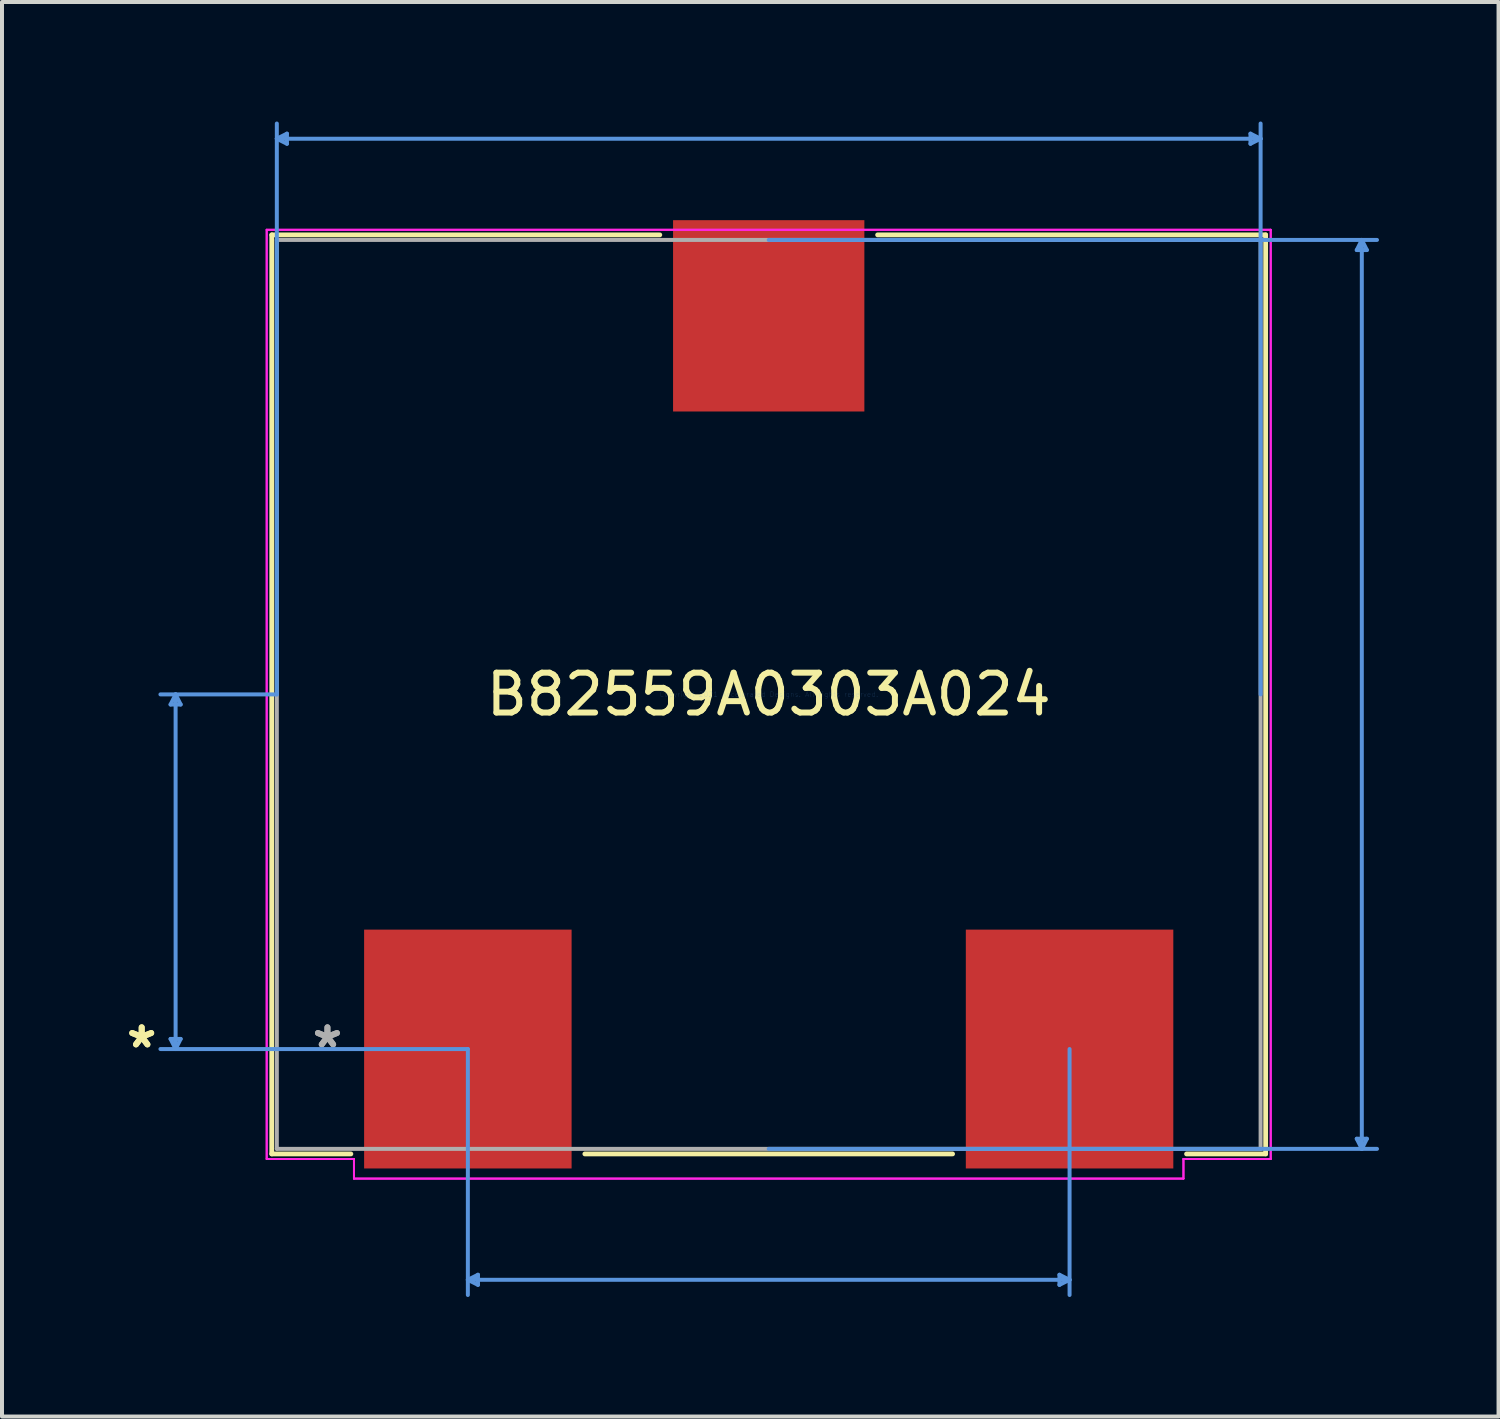
<source format=kicad_pcb>
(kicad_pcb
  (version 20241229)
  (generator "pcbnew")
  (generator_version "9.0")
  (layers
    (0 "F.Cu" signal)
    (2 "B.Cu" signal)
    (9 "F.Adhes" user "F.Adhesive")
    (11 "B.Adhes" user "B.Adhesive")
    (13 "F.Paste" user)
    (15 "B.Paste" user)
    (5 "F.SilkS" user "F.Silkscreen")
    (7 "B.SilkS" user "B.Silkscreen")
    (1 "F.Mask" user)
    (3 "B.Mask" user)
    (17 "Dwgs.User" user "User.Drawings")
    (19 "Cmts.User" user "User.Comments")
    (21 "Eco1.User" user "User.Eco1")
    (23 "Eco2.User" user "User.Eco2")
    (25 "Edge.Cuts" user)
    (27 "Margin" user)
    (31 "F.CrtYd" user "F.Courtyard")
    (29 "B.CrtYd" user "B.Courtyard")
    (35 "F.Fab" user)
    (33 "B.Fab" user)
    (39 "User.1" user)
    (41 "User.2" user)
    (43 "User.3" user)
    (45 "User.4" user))
  (footprint "B82559A0303A024"
    (layer "F.Cu")
    (at 16.241 14.376)
    (property "Reference" "B82559A0303A024" (at 0 0 0) (layer "F.SilkS") (effects (font (size 1 1) (thickness 0.15))))
    (attr through_hole)
    (fp_line (start -12.471 -11.532) (end -12.471 11.532) (stroke (width 0.12) (type solid)) (layer "F.SilkS"))
    (fp_line (start -12.471 11.532) (end -10.486 11.532) (stroke (width 0.12) (type solid)) (layer "F.SilkS"))
    (fp_line (start -4.614 11.532) (end 4.614 11.532) (stroke (width 0.12) (type solid)) (layer "F.SilkS"))
    (fp_line (start -2.733 -11.532) (end -12.471 -11.532) (stroke (width 0.12) (type solid)) (layer "F.SilkS"))
    (fp_line (start 10.486 11.532) (end 12.471 11.532) (stroke (width 0.12) (type solid)) (layer "F.SilkS"))
    (fp_line (start 12.471 -11.532) (end 2.733 -11.532) (stroke (width 0.12) (type solid)) (layer "F.SilkS"))
    (fp_line (start 12.471 11.532) (end 12.471 -11.532) (stroke (width 0.12) (type solid)) (layer "F.SilkS"))
    (fp_line (start -15.011 0.254) (end -14.757 0.254) (stroke (width 0.1) (type solid)) (layer "Cmts.User"))
    (fp_line (start -15.011 8.646) (end -14.757 8.646) (stroke (width 0.1) (type solid)) (layer "Cmts.User"))
    (fp_line (start -14.884 0) (end -15.011 0.254) (stroke (width 0.1) (type solid)) (layer "Cmts.User"))
    (fp_line (start -14.884 0) (end -14.884 8.9) (stroke (width 0.1) (type solid)) (layer "Cmts.User"))
    (fp_line (start -14.884 0) (end -14.757 0.254) (stroke (width 0.1) (type solid)) (layer "Cmts.User"))
    (fp_line (start -14.884 8.9) (end -15.011 8.646) (stroke (width 0.1) (type solid)) (layer "Cmts.User"))
    (fp_line (start -14.884 8.9) (end -14.757 8.646) (stroke (width 0.1) (type solid)) (layer "Cmts.User"))
    (fp_line (start -12.344 -13.945) (end -12.09 -14.072) (stroke (width 0.1) (type solid)) (layer "Cmts.User"))
    (fp_line (start -12.344 -13.945) (end -12.09 -13.818) (stroke (width 0.1) (type solid)) (layer "Cmts.User"))
    (fp_line (start -12.344 -13.945) (end 12.344 -13.945) (stroke (width 0.1) (type solid)) (layer "Cmts.User"))
    (fp_line (start -12.344 0) (end -15.265 0) (stroke (width 0.1) (type solid)) (layer "Cmts.User"))
    (fp_line (start -12.344 0) (end -12.344 -14.326) (stroke (width 0.1) (type solid)) (layer "Cmts.User"))
    (fp_line (start -12.09 -14.072) (end -12.09 -13.818) (stroke (width 0.1) (type solid)) (layer "Cmts.User"))
    (fp_line (start -7.55 8.9) (end -15.265 8.9) (stroke (width 0.1) (type solid)) (layer "Cmts.User"))
    (fp_line (start -7.55 8.9) (end -7.55 15.072) (stroke (width 0.1) (type solid)) (layer "Cmts.User"))
    (fp_line (start -7.55 14.691) (end -7.296 14.564) (stroke (width 0.1) (type solid)) (layer "Cmts.User"))
    (fp_line (start -7.55 14.691) (end -7.296 14.818) (stroke (width 0.1) (type solid)) (layer "Cmts.User"))
    (fp_line (start -7.55 14.691) (end 7.55 14.691) (stroke (width 0.1) (type solid)) (layer "Cmts.User"))
    (fp_line (start -7.296 14.564) (end -7.296 14.818) (stroke (width 0.1) (type solid)) (layer "Cmts.User"))
    (fp_line (start 0 -11.405) (end 15.265 -11.405) (stroke (width 0.1) (type solid)) (layer "Cmts.User"))
    (fp_line (start 0 11.405) (end 15.265 11.405) (stroke (width 0.1) (type solid)) (layer "Cmts.User"))
    (fp_line (start 7.296 14.564) (end 7.296 14.818) (stroke (width 0.1) (type solid)) (layer "Cmts.User"))
    (fp_line (start 7.55 8.9) (end 7.55 15.072) (stroke (width 0.1) (type solid)) (layer "Cmts.User"))
    (fp_line (start 7.55 14.691) (end 7.296 14.564) (stroke (width 0.1) (type solid)) (layer "Cmts.User"))
    (fp_line (start 7.55 14.691) (end 7.296 14.818) (stroke (width 0.1) (type solid)) (layer "Cmts.User"))
    (fp_line (start 12.09 -14.072) (end 12.09 -13.818) (stroke (width 0.1) (type solid)) (layer "Cmts.User"))
    (fp_line (start 12.344 -13.945) (end 12.09 -14.072) (stroke (width 0.1) (type solid)) (layer "Cmts.User"))
    (fp_line (start 12.344 -13.945) (end 12.09 -13.818) (stroke (width 0.1) (type solid)) (layer "Cmts.User"))
    (fp_line (start 12.344 0) (end 12.344 -14.326) (stroke (width 0.1) (type solid)) (layer "Cmts.User"))
    (fp_line (start 14.757 -11.151) (end 15.011 -11.151) (stroke (width 0.1) (type solid)) (layer "Cmts.User"))
    (fp_line (start 14.757 11.151) (end 15.011 11.151) (stroke (width 0.1) (type solid)) (layer "Cmts.User"))
    (fp_line (start 14.884 -11.405) (end 14.757 -11.151) (stroke (width 0.1) (type solid)) (layer "Cmts.User"))
    (fp_line (start 14.884 -11.405) (end 14.884 11.405) (stroke (width 0.1) (type solid)) (layer "Cmts.User"))
    (fp_line (start 14.884 -11.405) (end 15.011 -11.151) (stroke (width 0.1) (type solid)) (layer "Cmts.User"))
    (fp_line (start 14.884 11.405) (end 14.757 11.151) (stroke (width 0.1) (type solid)) (layer "Cmts.User"))
    (fp_line (start 14.884 11.405) (end 15.011 11.151) (stroke (width 0.1) (type solid)) (layer "Cmts.User"))
    (fp_line (start -12.598 -11.659) (end 12.598 -11.659) (stroke (width 0.05) (type solid)) (layer "F.CrtYd"))
    (fp_line (start -12.598 -11.659) (end 12.598 -11.659) (stroke (width 0.05) (type solid)) (layer "F.CrtYd"))
    (fp_line (start -12.598 11.659) (end -12.598 -11.659) (stroke (width 0.05) (type solid)) (layer "F.CrtYd"))
    (fp_line (start -12.598 11.659) (end -12.598 -11.659) (stroke (width 0.05) (type solid)) (layer "F.CrtYd"))
    (fp_line (start -10.408 11.659) (end -12.598 11.659) (stroke (width 0.05) (type solid)) (layer "F.CrtYd"))
    (fp_line (start -10.408 11.659) (end -12.598 11.659) (stroke (width 0.05) (type solid)) (layer "F.CrtYd"))
    (fp_line (start -10.408 11.659) (end -10.408 12.151) (stroke (width 0.05) (type solid)) (layer "F.CrtYd"))
    (fp_line (start -10.408 12.151) (end -10.408 11.659) (stroke (width 0.05) (type solid)) (layer "F.CrtYd"))
    (fp_line (start 10.408 11.659) (end 10.408 12.151) (stroke (width 0.05) (type solid)) (layer "F.CrtYd"))
    (fp_line (start 10.408 11.659) (end 10.408 12.151) (stroke (width 0.05) (type solid)) (layer "F.CrtYd"))
    (fp_line (start 10.408 11.659) (end 12.598 11.659) (stroke (width 0.05) (type solid)) (layer "F.CrtYd"))
    (fp_line (start 10.408 12.151) (end -10.408 12.151) (stroke (width 0.05) (type solid)) (layer "F.CrtYd"))
    (fp_line (start 10.408 12.151) (end -10.408 12.151) (stroke (width 0.05) (type solid)) (layer "F.CrtYd"))
    (fp_line (start 12.598 -11.659) (end 12.598 11.659) (stroke (width 0.05) (type solid)) (layer "F.CrtYd"))
    (fp_line (start 12.598 -11.659) (end 12.598 11.659) (stroke (width 0.05) (type solid)) (layer "F.CrtYd"))
    (fp_line (start 12.598 11.659) (end 10.408 11.659) (stroke (width 0.05) (type solid)) (layer "F.CrtYd"))
    (fp_line (start -12.344 -11.405) (end -12.344 11.405) (stroke (width 0.1) (type solid)) (layer "F.Fab"))
    (fp_line (start -12.344 11.405) (end 12.344 11.405) (stroke (width 0.1) (type solid)) (layer "F.Fab"))
    (fp_line (start 12.344 -11.405) (end -12.344 -11.405) (stroke (width 0.1) (type solid)) (layer "F.Fab"))
    (fp_line (start 12.344 11.405) (end 12.344 -11.405) (stroke (width 0.1) (type solid)) (layer "F.Fab"))
    (fp_text user "*" (at -15.735 8.9 0) (layer "F.SilkS") (effects (font (size 1 1) (thickness 0.15))))
    (fp_text user "*" (at -15.735 8.9 0) (layer "F.SilkS") (effects (font (size 1 1) (thickness 0.15))))
    (fp_text user "Copyright 2021 Accelerated Designs. All rights reserved." (at 0 0 0) (layer "Cmts.User") (effects (font (size 0.127 0.127) (thickness 0.002))))
    (fp_text user "*" (at -11.074 8.9 0) (layer "F.Fab") (effects (font (size 1 1) (thickness 0.15))))
    (fp_text user "*" (at -11.074 8.9 0) (layer "F.Fab") (effects (font (size 1 1) (thickness 0.15))))
    (pad "1" smd rect (at -7.55 8.9) (size 5.207 5.994) (layers "F.Cu" "F.Mask" "F.Paste"))
    (pad "2" smd rect (at 7.55 8.9) (size 5.207 5.994) (layers "F.Cu" "F.Mask" "F.Paste"))
    (pad "3" smd rect (at 0 -9.5) (size 4.801 4.801) (layers "F.Cu" "F.Mask" "F.Paste")))
  (gr_rect
    (start -3 -3)
    (end 34.556 32.498)
    (stroke (width 0.1) (type default))
    (fill no)
    (layer "Edge.Cuts")))
</source>
